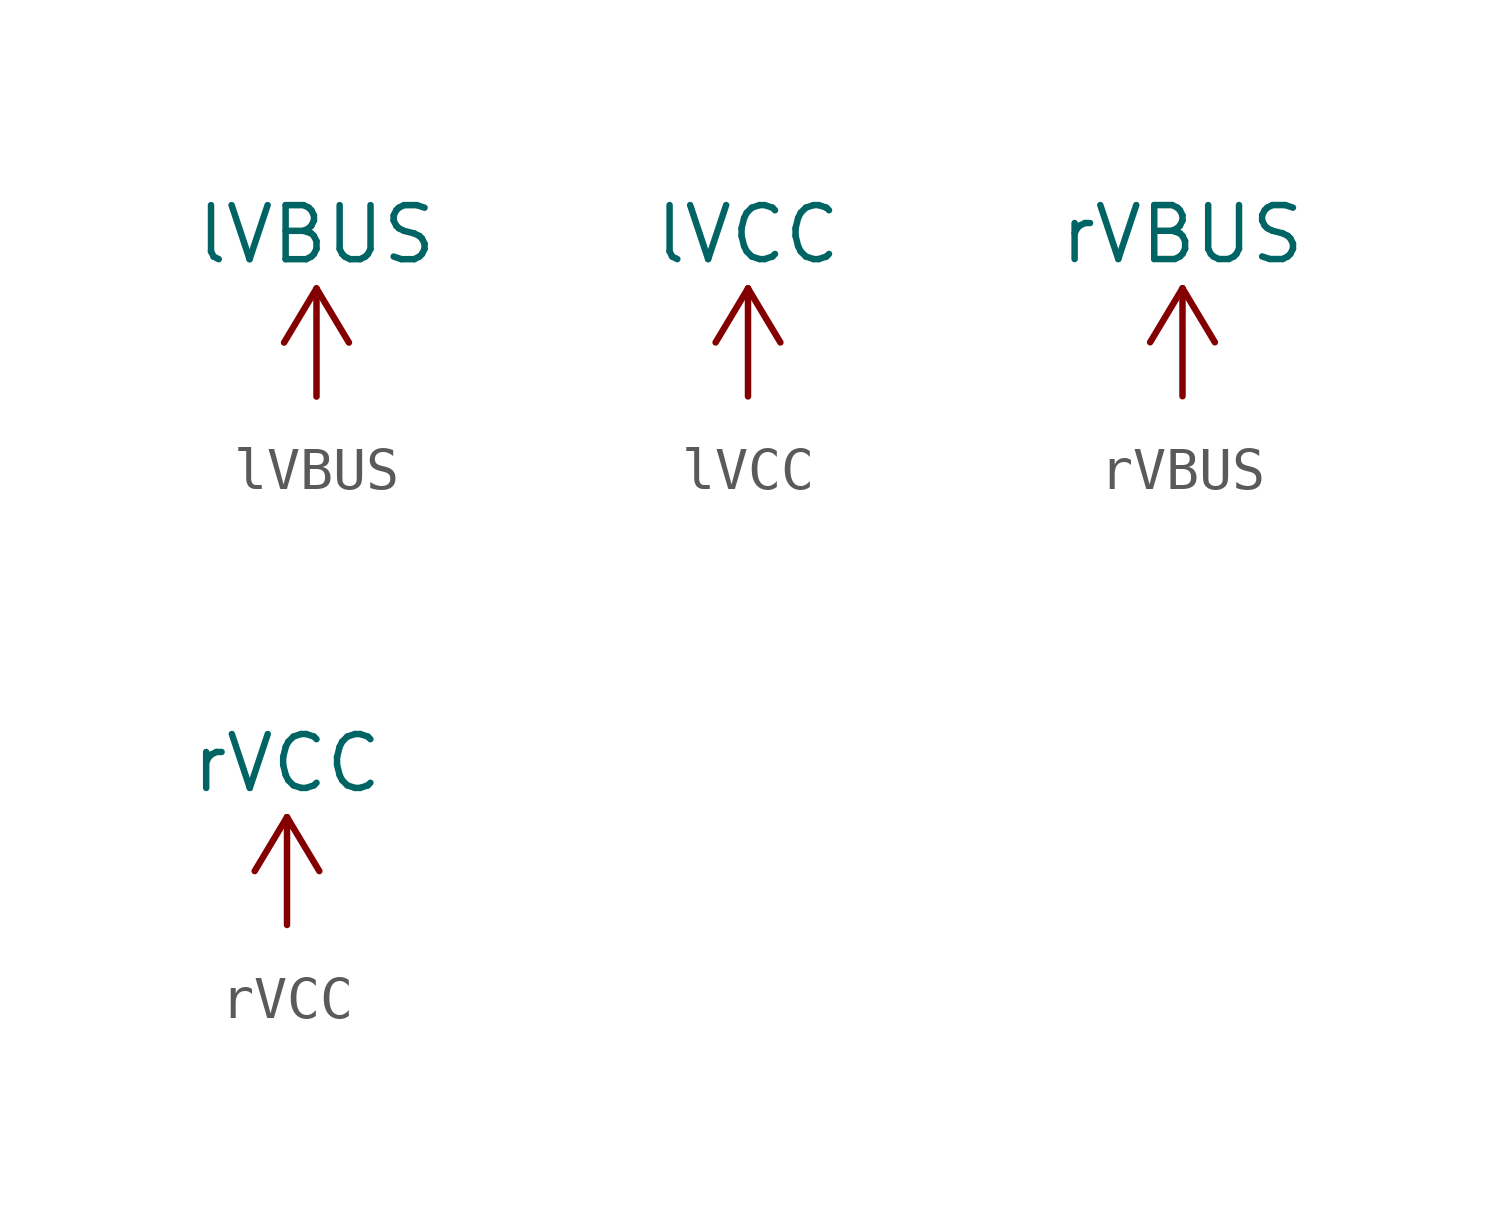
<source format=kicad_sym>
(kicad_symbol_lib
  (version 20211014)
  (generator kicad_symbol_editor)
  (symbol "lVBUS"
    (power)
    (pin_names
      (offset 0))
    (property "Reference" "#PWR032"
      (at 0 -3.81 0)
      (effects (font (size 1.27 1.27)) hide))
    (property "Value" "lVBUS"
      (at 0 3.81 0)
      (effects (font (size 1.27 1.27))))
    (symbol "lVBUS_0_1"
      (polyline (pts (xy -0.762 1.27) (xy 0 2.54)) (stroke (width 0) (type default) (color 0 0 0 0)) (fill (type none)))
      (polyline (pts (xy 0 0) (xy 0 2.54)) (stroke (width 0) (type default) (color 0 0 0 0)) (fill (type none)))
      (polyline (pts (xy 0 2.54) (xy 0.762 1.27)) (stroke (width 0) (type default) (color 0 0 0 0)) (fill (type none))))
    (symbol "lVBUS_1_1"
      (pin power_in line (at 0 0 90) (length 0) hide (name "lVBUS" (effects (font (size 1.27 1.27)))) (number "1" (effects (font (size 1.27 1.27)))))))
  (symbol "lVCC"
    (power)
    (pin_names
      (offset 0))
    (property "Reference" "#PWR032"
      (at 0 -3.81 0)
      (effects (font (size 1.27 1.27)) hide))
    (property "Value" "lVCC"
      (at 0 3.81 0)
      (effects (font (size 1.27 1.27))))
    (symbol "lVCC_0_1"
      (polyline (pts (xy -0.762 1.27) (xy 0 2.54)) (stroke (width 0) (type default) (color 0 0 0 0)) (fill (type none)))
      (polyline (pts (xy 0 0) (xy 0 2.54)) (stroke (width 0) (type default) (color 0 0 0 0)) (fill (type none)))
      (polyline (pts (xy 0 2.54) (xy 0.762 1.27)) (stroke (width 0) (type default) (color 0 0 0 0)) (fill (type none))))
    (symbol "lVCC_1_1"
      (pin power_in line (at 0 0 90) (length 0) hide (name "lVCC" (effects (font (size 1.27 1.27)))) (number "1" (effects (font (size 1.27 1.27)))))))
  (symbol "rVBUS"
    (power)
    (pin_names
      (offset 0))
    (property "Reference" "#PWR032"
      (at 0 -3.81 0)
      (effects (font (size 1.27 1.27)) hide))
    (property "Value" "rVBUS"
      (at 0 3.81 0)
      (effects (font (size 1.27 1.27))))
    (symbol "rVBUS_0_1"
      (polyline (pts (xy -0.762 1.27) (xy 0 2.54)) (stroke (width 0) (type default) (color 0 0 0 0)) (fill (type none)))
      (polyline (pts (xy 0 0) (xy 0 2.54)) (stroke (width 0) (type default) (color 0 0 0 0)) (fill (type none)))
      (polyline (pts (xy 0 2.54) (xy 0.762 1.27)) (stroke (width 0) (type default) (color 0 0 0 0)) (fill (type none))))
    (symbol "rVBUS_1_1"
      (pin power_in line (at 0 0 90) (length 0) hide (name "rVBUS" (effects (font (size 1.27 1.27)))) (number "1" (effects (font (size 1.27 1.27)))))))
  (symbol "rVCC"
    (power)
    (pin_names
      (offset 0))
    (property "Reference" "#PWR032"
      (at 0 -3.81 0)
      (effects (font (size 1.27 1.27)) hide))
    (property "Value" "rVCC"
      (at 0 3.81 0)
      (effects (font (size 1.27 1.27))))
    (symbol "rVCC_0_1"
      (polyline (pts (xy -0.762 1.27) (xy 0 2.54)) (stroke (width 0) (type default) (color 0 0 0 0)) (fill (type none)))
      (polyline (pts (xy 0 0) (xy 0 2.54)) (stroke (width 0) (type default) (color 0 0 0 0)) (fill (type none)))
      (polyline (pts (xy 0 2.54) (xy 0.762 1.27)) (stroke (width 0) (type default) (color 0 0 0 0)) (fill (type none))))
    (symbol "rVCC_1_1"
      (pin power_in line (at 0 0 90) (length 0) hide (name "rVCC" (effects (font (size 1.27 1.27)))) (number "1" (effects (font (size 1.27 1.27))))))))
</source>
